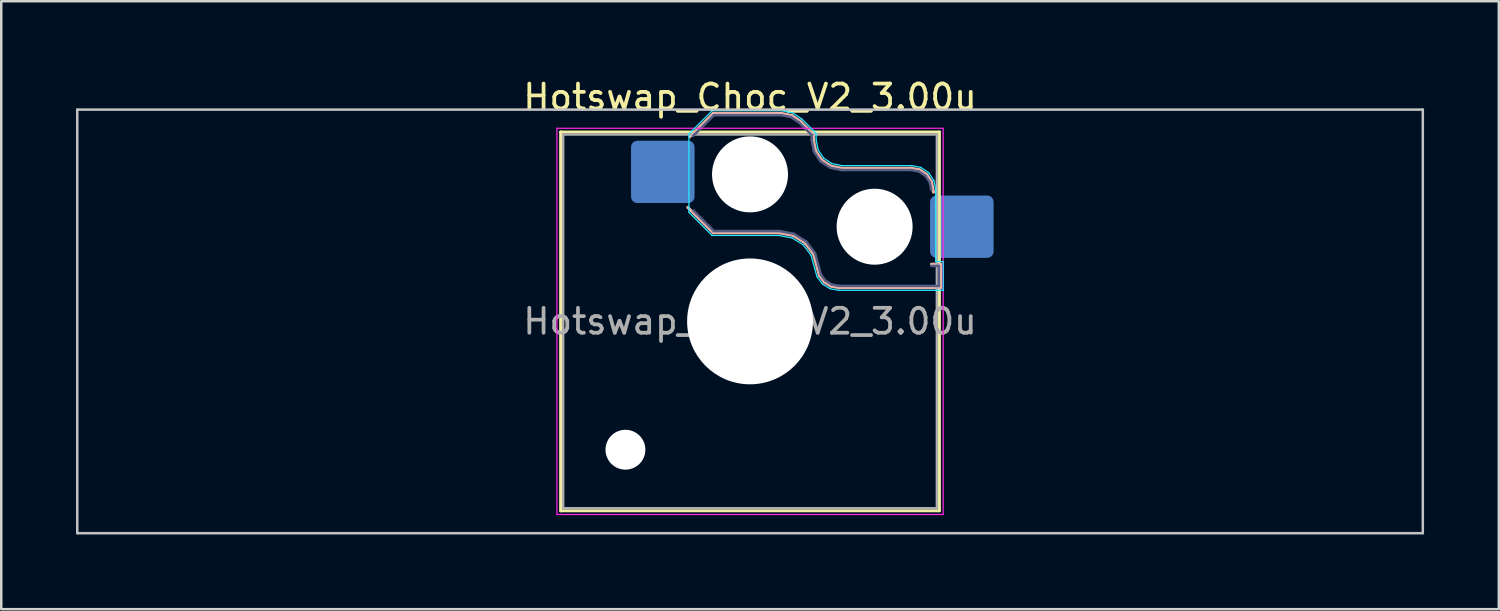
<source format=kicad_pcb>
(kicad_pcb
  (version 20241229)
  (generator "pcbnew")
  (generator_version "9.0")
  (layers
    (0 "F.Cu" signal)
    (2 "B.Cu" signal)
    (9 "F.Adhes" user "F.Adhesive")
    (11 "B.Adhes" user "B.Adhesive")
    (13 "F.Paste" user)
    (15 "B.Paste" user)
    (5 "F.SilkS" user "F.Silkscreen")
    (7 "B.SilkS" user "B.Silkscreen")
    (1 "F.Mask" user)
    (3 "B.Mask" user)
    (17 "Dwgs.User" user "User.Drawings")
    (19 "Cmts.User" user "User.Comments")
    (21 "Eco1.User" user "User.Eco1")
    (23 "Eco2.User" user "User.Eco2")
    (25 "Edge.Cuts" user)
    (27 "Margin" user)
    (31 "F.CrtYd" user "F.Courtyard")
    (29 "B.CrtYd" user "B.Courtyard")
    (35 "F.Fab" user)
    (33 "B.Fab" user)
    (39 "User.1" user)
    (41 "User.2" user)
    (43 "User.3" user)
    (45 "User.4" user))
  (footprint "Hotswap_Choc_V2_3.00u"
    (layer "F.Cu")
    (at 27.05 9.848)
    (property "Reference" "Hotswap_Choc_V2_3.00u" (at 0 -9 0) (layer "F.SilkS") (effects (font (size 1 1) (thickness 0.15))))
    (attr smd)
    (fp_line (start -7.6 -7.6) (end -7.6 7.6) (stroke (width 0.12) (type solid)) (layer "F.SilkS"))
    (fp_line (start -7.6 7.6) (end 7.6 7.6) (stroke (width 0.12) (type solid)) (layer "F.SilkS"))
    (fp_line (start 7.6 -7.6) (end -7.6 -7.6) (stroke (width 0.12) (type solid)) (layer "F.SilkS"))
    (fp_line (start 7.6 7.6) (end 7.6 -7.6) (stroke (width 0.12) (type solid)) (layer "F.SilkS"))
    (fp_line (start -2.416 -7.409) (end -1.479 -8.346) (stroke (width 0.12) (type solid)) (layer "B.SilkS"))
    (fp_line (start -1.479 -8.346) (end 1.268 -8.346) (stroke (width 0.12) (type solid)) (layer "B.SilkS"))
    (fp_line (start -1.479 -3.554) (end -2.5 -4.575) (stroke (width 0.12) (type solid)) (layer "B.SilkS"))
    (fp_line (start 1.168 -3.554) (end -1.479 -3.554) (stroke (width 0.12) (type solid)) (layer "B.SilkS"))
    (fp_line (start 1.268 -8.346) (end 1.671 -8.266) (stroke (width 0.12) (type solid)) (layer "B.SilkS"))
    (fp_line (start 1.671 -8.266) (end 2.013 -8.037) (stroke (width 0.12) (type solid)) (layer "B.SilkS"))
    (fp_line (start 1.73 -3.449) (end 1.168 -3.554) (stroke (width 0.12) (type solid)) (layer "B.SilkS"))
    (fp_line (start 2.013 -8.037) (end 2.546 -7.504) (stroke (width 0.12) (type solid)) (layer "B.SilkS"))
    (fp_line (start 2.209 -3.15) (end 1.73 -3.449) (stroke (width 0.12) (type solid)) (layer "B.SilkS"))
    (fp_line (start 2.546 -7.504) (end 2.546 -7.282) (stroke (width 0.12) (type solid)) (layer "B.SilkS"))
    (fp_line (start 2.546 -7.282) (end 2.633 -6.844) (stroke (width 0.12) (type solid)) (layer "B.SilkS"))
    (fp_line (start 2.547 -2.697) (end 2.209 -3.15) (stroke (width 0.12) (type solid)) (layer "B.SilkS"))
    (fp_line (start 2.633 -6.844) (end 2.877 -6.477) (stroke (width 0.12) (type solid)) (layer "B.SilkS"))
    (fp_line (start 2.701 -2.139) (end 2.547 -2.697) (stroke (width 0.12) (type solid)) (layer "B.SilkS"))
    (fp_line (start 2.783 -1.841) (end 2.701 -2.139) (stroke (width 0.12) (type solid)) (layer "B.SilkS"))
    (fp_line (start 2.877 -6.477) (end 3.244 -6.233) (stroke (width 0.12) (type solid)) (layer "B.SilkS"))
    (fp_line (start 2.976 -1.583) (end 2.783 -1.841) (stroke (width 0.12) (type solid)) (layer "B.SilkS"))
    (fp_line (start 3.244 -6.233) (end 3.682 -6.146) (stroke (width 0.12) (type solid)) (layer "B.SilkS"))
    (fp_line (start 3.25 -1.413) (end 2.976 -1.583) (stroke (width 0.12) (type solid)) (layer "B.SilkS"))
    (fp_line (start 3.56 -1.354) (end 3.25 -1.413) (stroke (width 0.12) (type solid)) (layer "B.SilkS"))
    (fp_line (start 3.682 -6.146) (end 6.482 -6.146) (stroke (width 0.12) (type solid)) (layer "B.SilkS"))
    (fp_line (start 6.482 -6.146) (end 6.809 -6.081) (stroke (width 0.12) (type solid)) (layer "B.SilkS"))
    (fp_line (start 6.809 -6.081) (end 7.092 -5.892) (stroke (width 0.12) (type solid)) (layer "B.SilkS"))
    (fp_line (start 7.092 -5.892) (end 7.281 -5.609) (stroke (width 0.12) (type solid)) (layer "B.SilkS"))
    (fp_line (start 7.281 -5.609) (end 7.366 -5.182) (stroke (width 0.12) (type solid)) (layer "B.SilkS"))
    (fp_line (start 7.283 -2.296) (end 7.646 -2.296) (stroke (width 0.12) (type solid)) (layer "B.SilkS"))
    (fp_line (start 7.646 -2.296) (end 7.646 -1.354) (stroke (width 0.12) (type solid)) (layer "B.SilkS"))
    (fp_line (start 7.646 -1.354) (end 3.56 -1.354) (stroke (width 0.12) (type solid)) (layer "B.SilkS"))
    (fp_line (start -27 -8.5) (end -27 8.5) (stroke (width 0.1) (type solid)) (layer "Dwgs.User"))
    (fp_line (start -27 8.5) (end 27 8.5) (stroke (width 0.1) (type solid)) (layer "Dwgs.User"))
    (fp_line (start 27 -8.5) (end -27 -8.5) (stroke (width 0.1) (type solid)) (layer "Dwgs.User"))
    (fp_line (start 27 8.5) (end 27 -8.5) (stroke (width 0.1) (type solid)) (layer "Dwgs.User"))
    (fp_line (start -7.25 -7.25) (end -7.25 7.25) (stroke (width 0.1) (type solid)) (layer "Eco1.User"))
    (fp_line (start -7.25 7.25) (end 7.25 7.25) (stroke (width 0.1) (type solid)) (layer "Eco1.User"))
    (fp_line (start 7.25 -7.25) (end -7.25 -7.25) (stroke (width 0.1) (type solid)) (layer "Eco1.User"))
    (fp_line (start 7.25 7.25) (end 7.25 -7.25) (stroke (width 0.1) (type solid)) (layer "Eco1.User"))
    (fp_line (start -2.452 -7.523) (end -1.523 -8.452) (stroke (width 0.05) (type solid)) (layer "B.CrtYd"))
    (fp_line (start -2.452 -4.377) (end -2.452 -7.523) (stroke (width 0.05) (type solid)) (layer "B.CrtYd"))
    (fp_line (start -1.523 -8.452) (end 1.278 -8.452) (stroke (width 0.05) (type solid)) (layer "B.CrtYd"))
    (fp_line (start -1.523 -3.448) (end -2.452 -4.377) (stroke (width 0.05) (type solid)) (layer "B.CrtYd"))
    (fp_line (start 1.159 -3.448) (end -1.523 -3.448) (stroke (width 0.05) (type solid)) (layer "B.CrtYd"))
    (fp_line (start 1.278 -8.452) (end 1.712 -8.366) (stroke (width 0.05) (type solid)) (layer "B.CrtYd"))
    (fp_line (start 1.691 -3.348) (end 1.159 -3.448) (stroke (width 0.05) (type solid)) (layer "B.CrtYd"))
    (fp_line (start 1.712 -8.366) (end 2.081 -8.119) (stroke (width 0.05) (type solid)) (layer "B.CrtYd"))
    (fp_line (start 2.081 -8.119) (end 2.652 -7.548) (stroke (width 0.05) (type solid)) (layer "B.CrtYd"))
    (fp_line (start 2.136 -3.071) (end 1.691 -3.348) (stroke (width 0.05) (type solid)) (layer "B.CrtYd"))
    (fp_line (start 2.45 -2.65) (end 2.136 -3.071) (stroke (width 0.05) (type solid)) (layer "B.CrtYd"))
    (fp_line (start 2.599 -2.111) (end 2.45 -2.65) (stroke (width 0.05) (type solid)) (layer "B.CrtYd"))
    (fp_line (start 2.652 -7.548) (end 2.652 -7.292) (stroke (width 0.05) (type solid)) (layer "B.CrtYd"))
    (fp_line (start 2.652 -7.292) (end 2.733 -6.885) (stroke (width 0.05) (type solid)) (layer "B.CrtYd"))
    (fp_line (start 2.687 -1.794) (end 2.599 -2.111) (stroke (width 0.05) (type solid)) (layer "B.CrtYd"))
    (fp_line (start 2.733 -6.885) (end 2.953 -6.553) (stroke (width 0.05) (type solid)) (layer "B.CrtYd"))
    (fp_line (start 2.903 -1.503) (end 2.687 -1.794) (stroke (width 0.05) (type solid)) (layer "B.CrtYd"))
    (fp_line (start 2.953 -6.553) (end 3.285 -6.333) (stroke (width 0.05) (type solid)) (layer "B.CrtYd"))
    (fp_line (start 3.211 -1.312) (end 2.903 -1.503) (stroke (width 0.05) (type solid)) (layer "B.CrtYd"))
    (fp_line (start 3.285 -6.333) (end 3.692 -6.252) (stroke (width 0.05) (type solid)) (layer "B.CrtYd"))
    (fp_line (start 3.55 -1.248) (end 3.211 -1.312) (stroke (width 0.05) (type solid)) (layer "B.CrtYd"))
    (fp_line (start 3.692 -6.252) (end 6.492 -6.252) (stroke (width 0.05) (type solid)) (layer "B.CrtYd"))
    (fp_line (start 6.492 -6.252) (end 6.85 -6.181) (stroke (width 0.05) (type solid)) (layer "B.CrtYd"))
    (fp_line (start 6.85 -6.181) (end 7.168 -5.968) (stroke (width 0.05) (type solid)) (layer "B.CrtYd"))
    (fp_line (start 7.168 -5.968) (end 7.381 -5.65) (stroke (width 0.05) (type solid)) (layer "B.CrtYd"))
    (fp_line (start 7.381 -5.65) (end 7.452 -5.292) (stroke (width 0.05) (type solid)) (layer "B.CrtYd"))
    (fp_line (start 7.452 -5.292) (end 7.452 -2.402) (stroke (width 0.05) (type solid)) (layer "B.CrtYd"))
    (fp_line (start 7.452 -2.402) (end 7.752 -2.402) (stroke (width 0.05) (type solid)) (layer "B.CrtYd"))
    (fp_line (start 7.752 -2.402) (end 7.752 -1.248) (stroke (width 0.05) (type solid)) (layer "B.CrtYd"))
    (fp_line (start 7.752 -1.248) (end 3.55 -1.248) (stroke (width 0.05) (type solid)) (layer "B.CrtYd"))
    (fp_line (start -7.75 -7.75) (end -7.75 7.75) (stroke (width 0.05) (type solid)) (layer "F.CrtYd"))
    (fp_line (start -7.75 7.75) (end 7.75 7.75) (stroke (width 0.05) (type solid)) (layer "F.CrtYd"))
    (fp_line (start 7.75 -7.75) (end -7.75 -7.75) (stroke (width 0.05) (type solid)) (layer "F.CrtYd"))
    (fp_line (start 7.75 7.75) (end 7.75 -7.75) (stroke (width 0.05) (type solid)) (layer "F.CrtYd"))
    (fp_line (start -2.275 -7.45) (end -1.45 -8.275) (stroke (width 0.1) (type solid)) (layer "B.Fab"))
    (fp_line (start -1.45 -8.275) (end 1.261 -8.275) (stroke (width 0.1) (type solid)) (layer "B.Fab"))
    (fp_line (start -1.45 -3.625) (end -2.275 -4.45) (stroke (width 0.1) (type solid)) (layer "B.Fab"))
    (fp_line (start 1.175 -3.625) (end -1.45 -3.625) (stroke (width 0.1) (type solid)) (layer "B.Fab"))
    (fp_line (start 1.261 -8.275) (end 1.643 -8.199) (stroke (width 0.1) (type solid)) (layer "B.Fab"))
    (fp_line (start 1.643 -8.199) (end 1.968 -7.982) (stroke (width 0.1) (type solid)) (layer "B.Fab"))
    (fp_line (start 1.756 -3.516) (end 1.175 -3.625) (stroke (width 0.1) (type solid)) (layer "B.Fab"))
    (fp_line (start 1.968 -7.982) (end 2.475 -7.475) (stroke (width 0.1) (type solid)) (layer "B.Fab"))
    (fp_line (start 2.258 -3.203) (end 1.756 -3.516) (stroke (width 0.1) (type solid)) (layer "B.Fab"))
    (fp_line (start 2.475 -7.475) (end 2.475 -7.275) (stroke (width 0.1) (type solid)) (layer "B.Fab"))
    (fp_line (start 2.475 -7.275) (end 2.566 -6.816) (stroke (width 0.1) (type solid)) (layer "B.Fab"))
    (fp_line (start 2.566 -6.816) (end 2.826 -6.426) (stroke (width 0.1) (type solid)) (layer "B.Fab"))
    (fp_line (start 2.612 -2.729) (end 2.258 -3.203) (stroke (width 0.1) (type solid)) (layer "B.Fab"))
    (fp_line (start 2.769 -2.158) (end 2.612 -2.729) (stroke (width 0.1) (type solid)) (layer "B.Fab"))
    (fp_line (start 2.826 -6.426) (end 3.216 -6.166) (stroke (width 0.1) (type solid)) (layer "B.Fab"))
    (fp_line (start 2.848 -1.873) (end 2.769 -2.158) (stroke (width 0.1) (type solid)) (layer "B.Fab"))
    (fp_line (start 3.025 -1.636) (end 2.848 -1.873) (stroke (width 0.1) (type solid)) (layer "B.Fab"))
    (fp_line (start 3.216 -6.166) (end 3.675 -6.075) (stroke (width 0.1) (type solid)) (layer "B.Fab"))
    (fp_line (start 3.276 -1.48) (end 3.025 -1.636) (stroke (width 0.1) (type solid)) (layer "B.Fab"))
    (fp_line (start 3.567 -1.425) (end 3.276 -1.48) (stroke (width 0.1) (type solid)) (layer "B.Fab"))
    (fp_line (start 3.675 -6.075) (end 6.475 -6.075) (stroke (width 0.1) (type solid)) (layer "B.Fab"))
    (fp_line (start 6.475 -6.075) (end 6.781 -6.014) (stroke (width 0.1) (type solid)) (layer "B.Fab"))
    (fp_line (start 6.781 -6.014) (end 7.041 -5.841) (stroke (width 0.1) (type solid)) (layer "B.Fab"))
    (fp_line (start 7.041 -5.841) (end 7.214 -5.581) (stroke (width 0.1) (type solid)) (layer "B.Fab"))
    (fp_line (start 7.214 -5.581) (end 7.275 -5.275) (stroke (width 0.1) (type solid)) (layer "B.Fab"))
    (fp_line (start 7.275 -2.225) (end 7.575 -2.225) (stroke (width 0.1) (type solid)) (layer "B.Fab"))
    (fp_line (start 7.575 -2.225) (end 7.575 -1.425) (stroke (width 0.1) (type solid)) (layer "B.Fab"))
    (fp_line (start 7.575 -1.425) (end 3.567 -1.425) (stroke (width 0.1) (type solid)) (layer "B.Fab"))
    (fp_line (start -7.5 -7.5) (end -7.5 7.5) (stroke (width 0.1) (type solid)) (layer "F.Fab"))
    (fp_line (start -7.5 7.5) (end 7.5 7.5) (stroke (width 0.1) (type solid)) (layer "F.Fab"))
    (fp_line (start 7.5 -7.5) (end -7.5 -7.5) (stroke (width 0.1) (type solid)) (layer "F.Fab"))
    (fp_line (start 7.5 7.5) (end 7.5 -7.5) (stroke (width 0.1) (type solid)) (layer "F.Fab"))
    (fp_text user "${REFERENCE}" (at 0 0 0) (layer "F.Fab") (effects (font (size 1 1) (thickness 0.15))))
    (pad "" np_thru_hole circle (at -5 5.15) (size 1.6 1.6) (drill 1.6) (layers "*.Cu" "*.Mask"))
    (pad "" np_thru_hole circle (at 0 -5.9) (size 3.05 3.05) (drill 3.05) (layers "*.Cu" "*.Mask"))
    (pad "" np_thru_hole circle (at 0 0) (size 5.05 5.05) (drill 5.05) (layers "*.Cu" "*.Mask"))
    (pad "" np_thru_hole circle (at 5 -3.8) (size 3.05 3.05) (drill 3.05) (layers "*.Cu" "*.Mask"))
    (pad "1" smd roundrect (at -3.5 -6) (size 2.55 2.5) (layers "B.Cu" "B.Mask" "B.Paste") (roundrect_rratio 0.1))
    (pad "2" smd roundrect (at 8.5 -3.8) (size 2.55 2.5) (layers "B.Cu" "B.Mask" "B.Paste") (roundrect_rratio 0.1)))
  (gr_rect
    (start -3 -3)
    (end 57.1 21.398)
    (stroke (width 0.1) (type default))
    (fill no)
    (layer "Edge.Cuts")))
</source>
